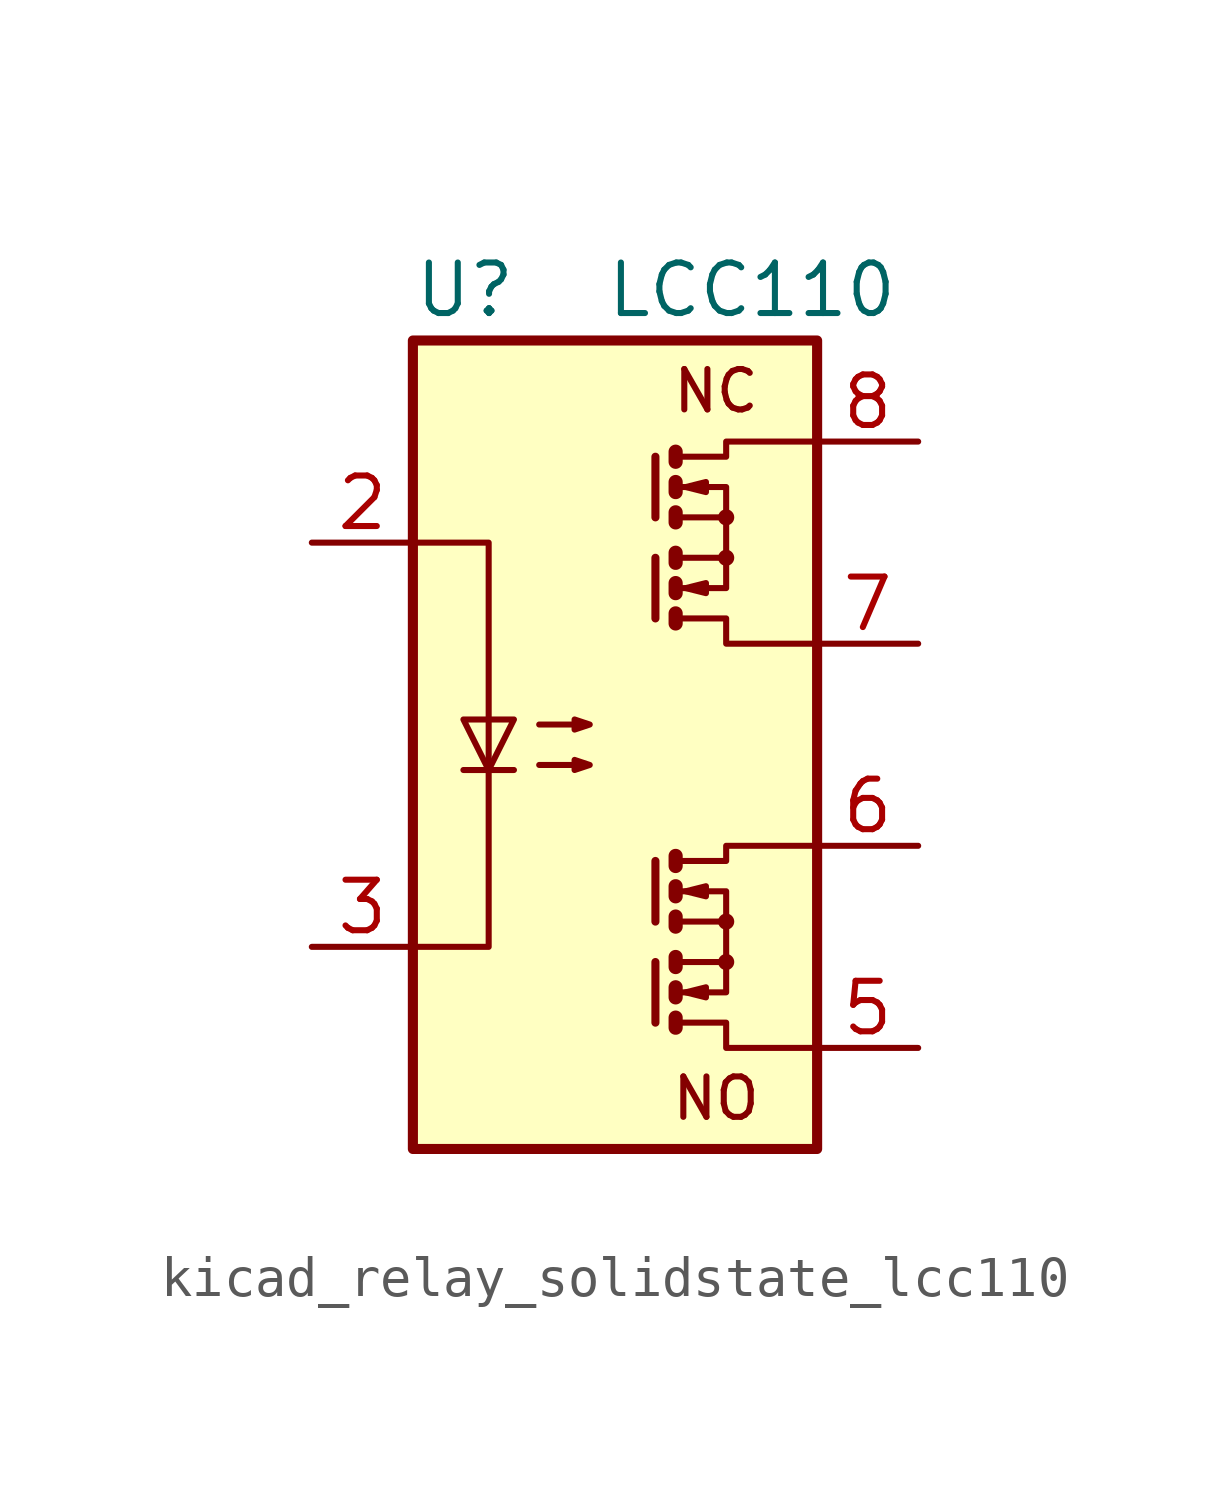
<source format=kicad_sym>
(kicad_symbol_lib
  (version 20220914)
  (generator kicad_symbol_editor)
  (symbol "kicad_relay_solidstate_lcc110"
    (property "Reference" "U"
      (at -5.08 11.43 0)
      (effects (font (size 1.27 1.27)) (justify left)))
    (property "Value" "LCC110"
      (at -0.254 11.43 0)
      (effects (font (size 1.27 1.27)) (justify left)))
    (symbol "kicad_relay_solidstate_lcc110_0_0"
      (text "NC" (at 2.54 8.89 0) (effects (font (size 1.016 1.016))))
      (text "NO" (at 2.54 -8.89 0) (effects (font (size 1.016 1.016)))))
    (symbol "kicad_relay_solidstate_lcc110_0_1"
      (polyline (pts (xy -3.81 -0.635) (xy -2.54 -0.635)) (stroke (width 0) (type default)) (fill (type none)))
      (polyline (pts (xy 1.016 -5.461) (xy 1.016 -6.985)) (stroke (width 0.203) (type default)) (fill (type none)))
      (polyline (pts (xy 1.016 -2.921) (xy 1.016 -4.445)) (stroke (width 0.203) (type default)) (fill (type none)))
      (polyline (pts (xy 1.016 4.699) (xy 1.016 3.175)) (stroke (width 0.203) (type default)) (fill (type none)))
      (polyline (pts (xy 1.016 7.239) (xy 1.016 5.715)) (stroke (width 0.203) (type default)) (fill (type none)))
      (polyline (pts (xy 1.524 -6.858) (xy 1.524 -7.112) (xy 1.524 -7.112)) (stroke (width 0.356) (type default)) (fill (type none)))
      (polyline (pts (xy 1.524 -6.096) (xy 1.524 -6.35) (xy 1.524 -6.35)) (stroke (width 0.356) (type default)) (fill (type none)))
      (polyline (pts (xy 1.524 -5.334) (xy 1.524 -5.588) (xy 1.524 -5.588)) (stroke (width 0.356) (type default)) (fill (type none)))
      (polyline (pts (xy 1.524 -4.318) (xy 1.524 -4.572) (xy 1.524 -4.572)) (stroke (width 0.356) (type default)) (fill (type none)))
      (polyline (pts (xy 1.524 -3.556) (xy 1.524 -3.81) (xy 1.524 -3.81)) (stroke (width 0.356) (type default)) (fill (type none)))
      (polyline (pts (xy 1.524 -2.794) (xy 1.524 -3.048) (xy 1.524 -3.048)) (stroke (width 0.356) (type default)) (fill (type none)))
      (polyline (pts (xy 1.524 3.302) (xy 1.524 3.048) (xy 1.524 3.048)) (stroke (width 0.356) (type default)) (fill (type none)))
      (polyline (pts (xy 1.524 4.064) (xy 1.524 3.81) (xy 1.524 3.81)) (stroke (width 0.356) (type default)) (fill (type none)))
      (polyline (pts (xy 1.524 4.826) (xy 1.524 4.572) (xy 1.524 4.572)) (stroke (width 0.356) (type default)) (fill (type none)))
      (polyline (pts (xy 1.524 5.842) (xy 1.524 5.588) (xy 1.524 5.588)) (stroke (width 0.356) (type default)) (fill (type none)))
      (polyline (pts (xy 1.524 6.604) (xy 1.524 6.35) (xy 1.524 6.35)) (stroke (width 0.356) (type default)) (fill (type none)))
      (polyline (pts (xy 1.524 7.366) (xy 1.524 7.112) (xy 1.524 7.112)) (stroke (width 0.356) (type default)) (fill (type none)))
      (polyline (pts (xy 1.651 -3.683) (xy 2.794 -3.683) (xy 2.794 -4.445)) (stroke (width 0) (type default)) (fill (type none)))
      (polyline (pts (xy 1.651 6.477) (xy 2.794 6.477) (xy 2.794 5.715)) (stroke (width 0) (type default)) (fill (type none)))
      (polyline (pts (xy -5.08 5.08) (xy -3.175 5.08) (xy -3.175 -5.08) (xy -5.08 -5.08)) (stroke (width 0) (type default)) (fill (type none)))
      (polyline (pts (xy -3.175 -0.635) (xy -3.81 0.635) (xy -2.54 0.635) (xy -3.175 -0.635)) (stroke (width 0) (type default)) (fill (type none)))
      (polyline (pts (xy 1.651 -2.921) (xy 2.794 -2.921) (xy 2.794 -2.54) (xy 5.08 -2.54)) (stroke (width 0) (type default)) (fill (type none)))
      (polyline (pts (xy 1.651 7.239) (xy 2.794 7.239) (xy 2.794 7.62) (xy 5.08 7.62)) (stroke (width 0) (type default)) (fill (type none)))
      (polyline (pts (xy 1.778 -6.223) (xy 2.286 -6.096) (xy 2.286 -6.35) (xy 1.778 -6.223)) (stroke (width 0) (type default)) (fill (type none)))
      (polyline (pts (xy 1.778 -3.683) (xy 2.286 -3.556) (xy 2.286 -3.81) (xy 1.778 -3.683)) (stroke (width 0) (type default)) (fill (type none)))
      (polyline (pts (xy 1.778 3.937) (xy 2.286 4.064) (xy 2.286 3.81) (xy 1.778 3.937)) (stroke (width 0) (type default)) (fill (type none)))
      (polyline (pts (xy 1.778 6.477) (xy 2.286 6.604) (xy 2.286 6.35) (xy 1.778 6.477)) (stroke (width 0) (type default)) (fill (type none)))
      (polyline (pts (xy -1.905 -0.508) (xy -0.635 -0.508) (xy -1.016 -0.635) (xy -1.016 -0.381) (xy -0.635 -0.508)) (stroke (width 0) (type default)) (fill (type none)))
      (polyline (pts (xy -1.905 0.508) (xy -0.635 0.508) (xy -1.016 0.381) (xy -1.016 0.635) (xy -0.635 0.508)) (stroke (width 0) (type default)) (fill (type none)))
      (circle (center 2.794 -5.461) (radius 0.127) (stroke (width 0) (type default)) (fill (type none)))
      (circle (center 2.794 -4.445) (radius 0.127) (stroke (width 0) (type default)) (fill (type none)))
      (circle (center 2.794 4.699) (radius 0.127) (stroke (width 0) (type default)) (fill (type none)))
      (circle (center 2.794 5.715) (radius 0.127) (stroke (width 0) (type default)) (fill (type none)))
      (rectangle (start 5.08 -10.16) (end -5.08 10.16) (stroke (width 0.254) (type default)) (fill (type background))))
    (symbol "kicad_relay_solidstate_lcc110_1_1"
      (polyline (pts (xy 1.524 -6.223) (xy 2.794 -6.223) (xy 2.794 -5.461)) (stroke (width 0) (type default)) (fill (type none)))
      (polyline (pts (xy 1.524 3.937) (xy 2.794 3.937) (xy 2.794 4.699)) (stroke (width 0) (type default)) (fill (type none)))
      (polyline (pts (xy 1.524 -6.985) (xy 2.794 -6.985) (xy 2.794 -7.62) (xy 5.08 -7.62)) (stroke (width 0) (type default)) (fill (type none)))
      (polyline (pts (xy 1.524 -4.445) (xy 2.794 -4.445) (xy 2.794 -5.461) (xy 1.524 -5.461)) (stroke (width 0) (type default)) (fill (type none)))
      (polyline (pts (xy 1.524 3.175) (xy 2.794 3.175) (xy 2.794 2.54) (xy 5.08 2.54)) (stroke (width 0) (type default)) (fill (type none)))
      (polyline (pts (xy 1.524 5.715) (xy 2.794 5.715) (xy 2.794 4.699) (xy 1.524 4.699)) (stroke (width 0) (type default)) (fill (type none)))
      (pin no_connect line (at -5.08 7.62 0) (length 2.54) hide (name "nc" (effects (font (size 1.27 1.27)))) (number "1" (effects (font (size 1.27 1.27)))))
      (pin passive line (at -7.62 5.08 0) (length 2.54) (name "~" (effects (font (size 1.27 1.27)))) (number "2" (effects (font (size 1.27 1.27)))))
      (pin passive line (at -7.62 -5.08 0) (length 2.54) (name "~" (effects (font (size 1.27 1.27)))) (number "3" (effects (font (size 1.27 1.27)))))
      (pin no_connect line (at -5.08 -7.62 0) (length 2.54) hide (name "nc" (effects (font (size 1.27 1.27)))) (number "4" (effects (font (size 1.27 1.27)))))
      (pin passive line (at 7.62 -7.62 180) (length 2.54) (name "~" (effects (font (size 1.27 1.27)))) (number "5" (effects (font (size 1.27 1.27)))))
      (pin passive line (at 7.62 -2.54 180) (length 2.54) (name "~" (effects (font (size 1.27 1.27)))) (number "6" (effects (font (size 1.27 1.27)))))
      (pin passive line (at 7.62 2.54 180) (length 2.54) (name "~" (effects (font (size 1.27 1.27)))) (number "7" (effects (font (size 1.27 1.27)))))
      (pin passive line (at 7.62 7.62 180) (length 2.54) (name "~" (effects (font (size 1.27 1.27)))) (number "8" (effects (font (size 1.27 1.27))))))))
</source>
